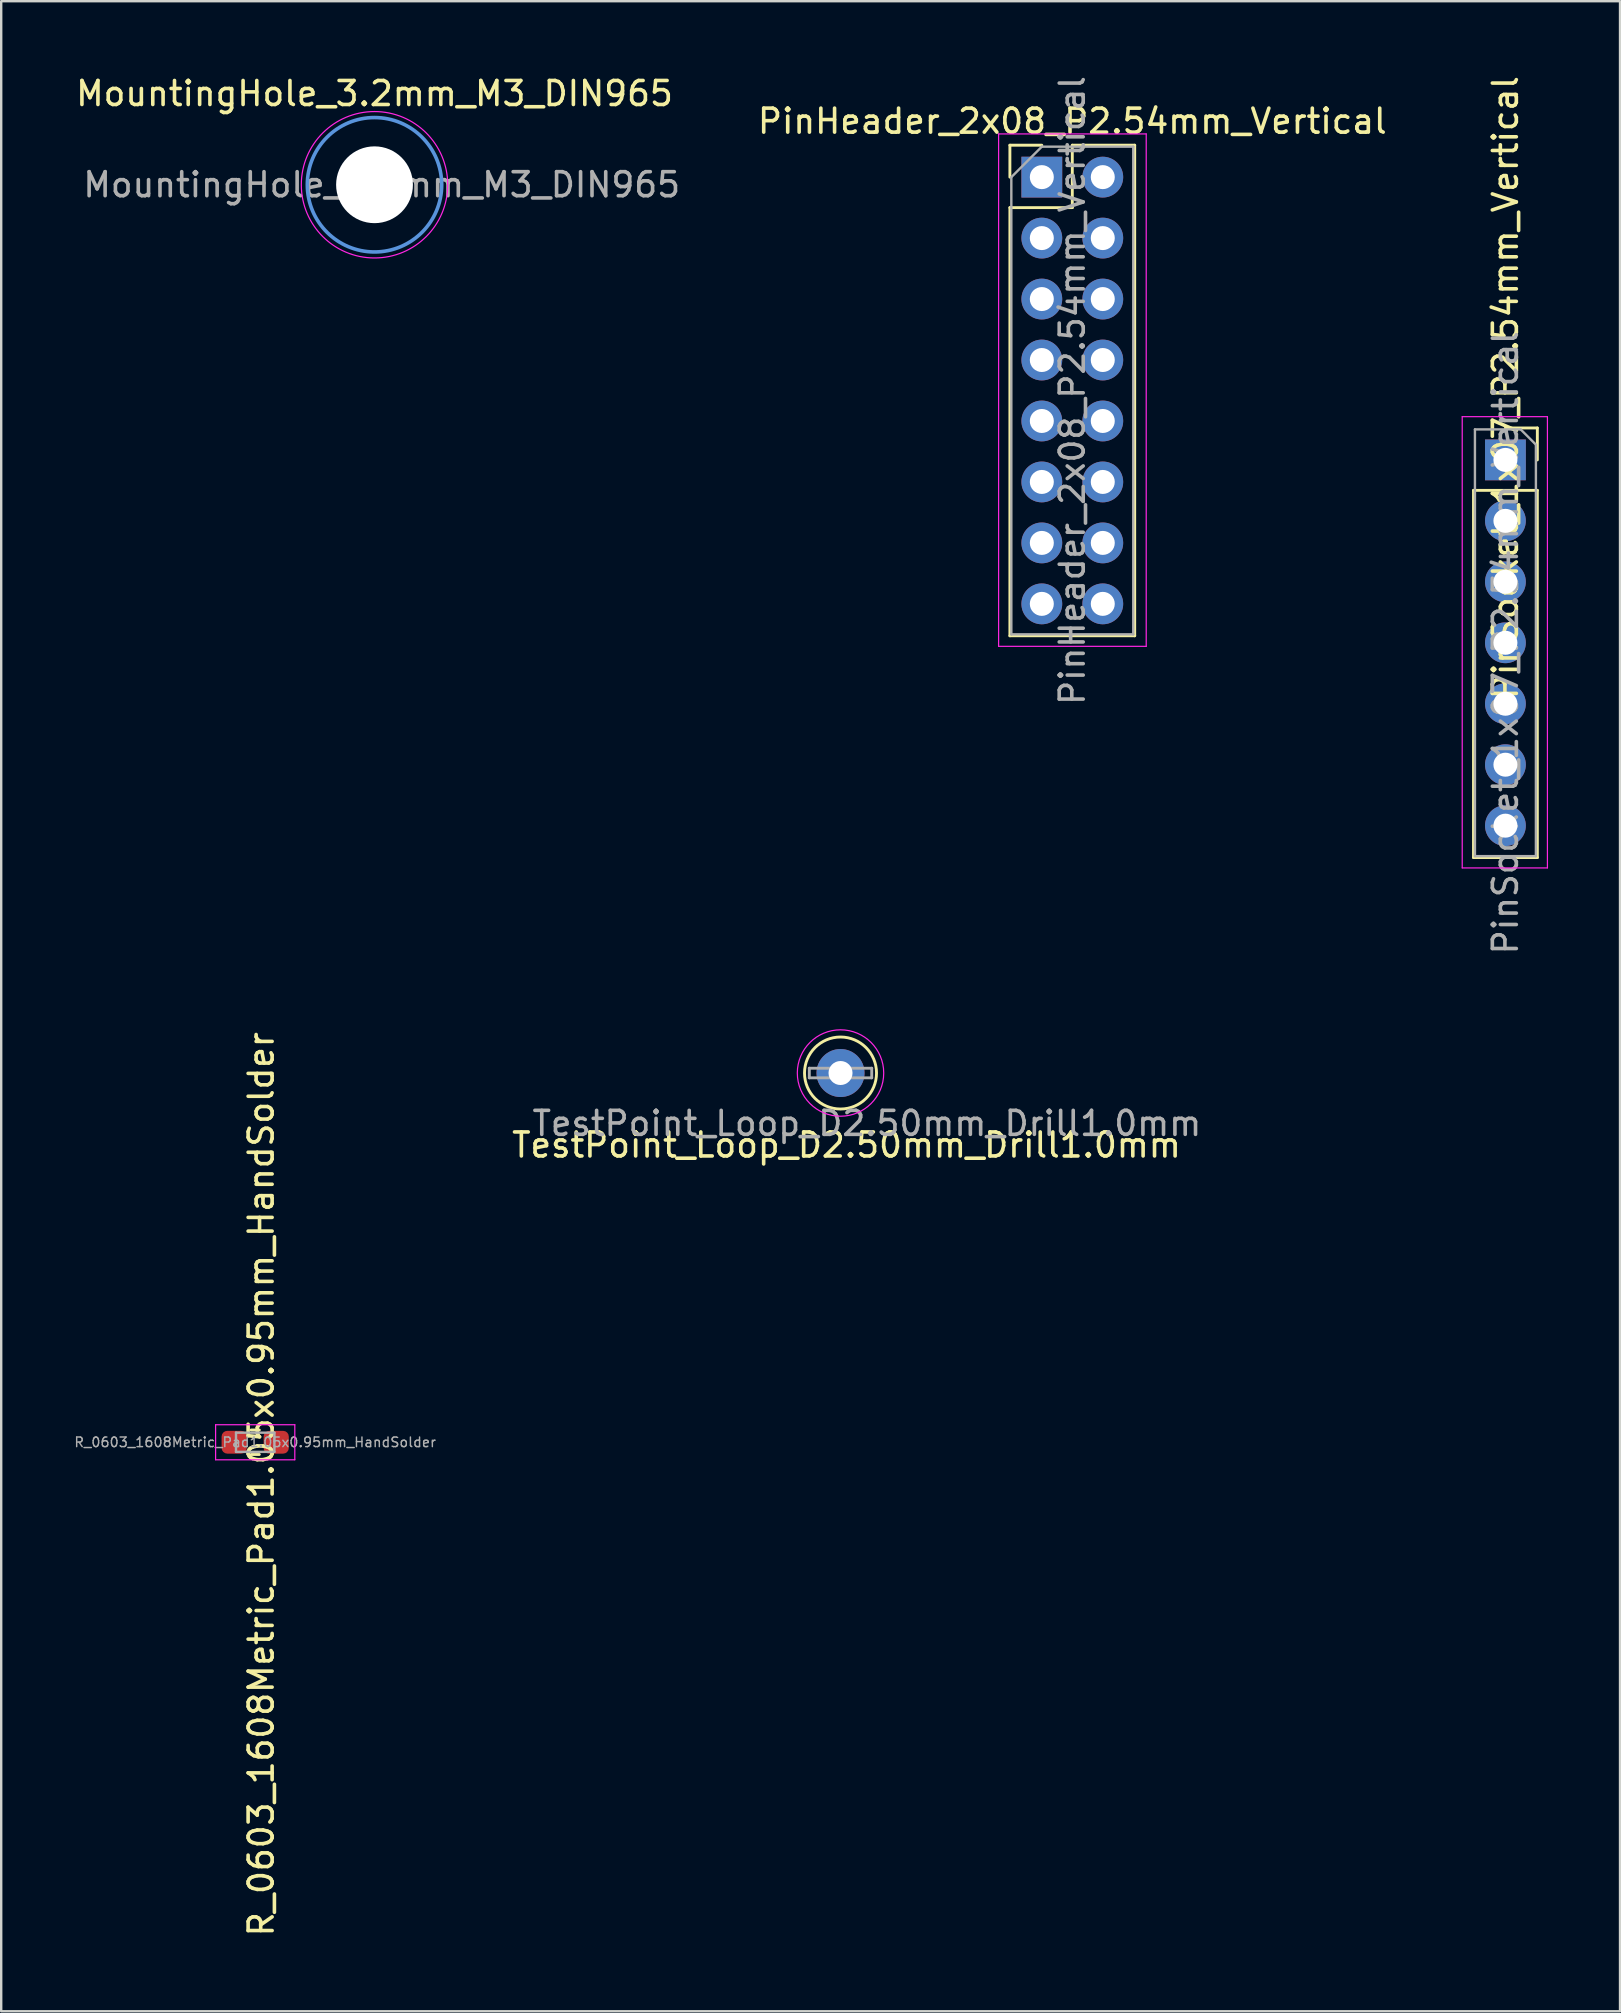
<source format=kicad_pcb>
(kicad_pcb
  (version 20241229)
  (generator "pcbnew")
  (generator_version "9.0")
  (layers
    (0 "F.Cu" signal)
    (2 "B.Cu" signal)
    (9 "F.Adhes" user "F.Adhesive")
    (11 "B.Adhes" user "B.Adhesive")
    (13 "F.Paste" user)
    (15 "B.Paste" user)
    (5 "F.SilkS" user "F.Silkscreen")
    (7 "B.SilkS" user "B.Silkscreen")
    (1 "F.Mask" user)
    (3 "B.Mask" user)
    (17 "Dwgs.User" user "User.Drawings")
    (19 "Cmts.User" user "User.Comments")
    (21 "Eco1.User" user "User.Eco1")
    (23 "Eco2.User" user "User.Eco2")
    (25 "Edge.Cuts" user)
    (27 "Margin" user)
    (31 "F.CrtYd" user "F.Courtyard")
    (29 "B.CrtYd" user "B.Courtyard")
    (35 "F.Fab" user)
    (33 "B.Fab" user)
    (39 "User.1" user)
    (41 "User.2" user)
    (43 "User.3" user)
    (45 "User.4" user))
  (footprint "TestPoint_Loop_D2.50mm_Drill1.0mm"
    (layer "F.Cu")
    (at 31.97 41.657)
    (property "Reference" "TestPoint_Loop_D2.50mm_Drill1.0mm" (at 0.25 3 0) (layer "F.SilkS") (effects (font (size 1 1) (thickness 0.15))))
    (attr through_hole)
    (fp_circle (center 0 0) (end 1.5 0) (stroke (width 0.12) (type solid)) (fill no) (layer "F.SilkS"))
    (fp_circle (center 0 0) (end 1.8 0) (stroke (width 0.05) (type solid)) (fill no) (layer "F.CrtYd"))
    (fp_line (start -1.3 -0.2) (end -1.3 0.2) (stroke (width 0.12) (type solid)) (layer "F.Fab"))
    (fp_line (start -1.3 0.2) (end 1.3 0.2) (stroke (width 0.12) (type solid)) (layer "F.Fab"))
    (fp_line (start 1.3 -0.2) (end -1.3 -0.2) (stroke (width 0.12) (type solid)) (layer "F.Fab"))
    (fp_line (start 1.3 0.2) (end 1.3 -0.2) (stroke (width 0.12) (type solid)) (layer "F.Fab"))
    (fp_text user "${REFERENCE}" (at 1.1 2.1 0) (layer "F.Fab") (effects (font (size 1 1) (thickness 0.15))))
    (pad "1" thru_hole circle (at 0 0) (size 2 2) (drill 1) (layers "*.Cu" "*.Mask")))
  (footprint "PinSocket_1x07_P2.54mm_Vertical"
    (layer "F.Cu")
    (at 59.673 16.111)
    (property "Reference" "PinSocket_1x07_P2.54mm_Vertical" (at 0 -3.01 90) (layer "F.SilkS") (effects (font (size 1 1) (thickness 0.15))))
    (attr through_hole)
    (fp_line (start -1.33 1.27) (end -1.33 16.57) (stroke (width 0.12) (type solid)) (layer "F.SilkS"))
    (fp_line (start -1.33 1.27) (end 1.33 1.27) (stroke (width 0.12) (type solid)) (layer "F.SilkS"))
    (fp_line (start -1.33 16.57) (end 1.33 16.57) (stroke (width 0.12) (type solid)) (layer "F.SilkS"))
    (fp_line (start 0 -1.33) (end 1.33 -1.33) (stroke (width 0.12) (type solid)) (layer "F.SilkS"))
    (fp_line (start 1.33 -1.33) (end 1.33 0) (stroke (width 0.12) (type solid)) (layer "F.SilkS"))
    (fp_line (start 1.33 1.27) (end 1.33 16.57) (stroke (width 0.12) (type solid)) (layer "F.SilkS"))
    (fp_line (start -1.8 -1.8) (end 1.75 -1.8) (stroke (width 0.05) (type solid)) (layer "F.CrtYd"))
    (fp_line (start -1.8 17) (end -1.8 -1.8) (stroke (width 0.05) (type solid)) (layer "F.CrtYd"))
    (fp_line (start 1.75 -1.8) (end 1.75 17) (stroke (width 0.05) (type solid)) (layer "F.CrtYd"))
    (fp_line (start 1.75 17) (end -1.8 17) (stroke (width 0.05) (type solid)) (layer "F.CrtYd"))
    (fp_line (start -1.27 -1.27) (end 0.635 -1.27) (stroke (width 0.1) (type solid)) (layer "F.Fab"))
    (fp_line (start -1.27 16.51) (end -1.27 -1.27) (stroke (width 0.1) (type solid)) (layer "F.Fab"))
    (fp_line (start 0.635 -1.27) (end 1.27 -0.635) (stroke (width 0.1) (type solid)) (layer "F.Fab"))
    (fp_line (start 1.27 -0.635) (end 1.27 16.51) (stroke (width 0.1) (type solid)) (layer "F.Fab"))
    (fp_line (start 1.27 16.51) (end -1.27 16.51) (stroke (width 0.1) (type solid)) (layer "F.Fab"))
    (fp_text user "${REFERENCE}" (at 0 7.62 90) (layer "F.Fab") (effects (font (size 1 1) (thickness 0.15))))
    (pad "1" thru_hole rect (at 0 0) (size 1.7 1.7) (drill 1) (layers "*.Cu" "*.Mask"))
    (pad "2" thru_hole oval (at 0 2.54) (size 1.7 1.7) (drill 1) (layers "*.Cu" "*.Mask"))
    (pad "3" thru_hole oval (at 0 5.08) (size 1.7 1.7) (drill 1) (layers "*.Cu" "*.Mask"))
    (pad "4" thru_hole oval (at 0 7.62) (size 1.7 1.7) (drill 1) (layers "*.Cu" "*.Mask"))
    (pad "5" thru_hole oval (at 0 10.16) (size 1.7 1.7) (drill 1) (layers "*.Cu" "*.Mask"))
    (pad "6" thru_hole oval (at 0 12.7) (size 1.7 1.7) (drill 1) (layers "*.Cu" "*.Mask"))
    (pad "7" thru_hole oval (at 0 15.24) (size 1.7 1.7) (drill 1) (layers "*.Cu" "*.Mask")))
  (footprint "PinHeader_2x08_P2.54mm_Vertical"
    (layer "F.Cu")
    (at 40.357 4.33)
    (property "Reference" "PinHeader_2x08_P2.54mm_Vertical" (at 1.27 -2.33 0) (layer "F.SilkS") (effects (font (size 1 1) (thickness 0.15))))
    (attr through_hole)
    (fp_line (start -1.33 -1.33) (end 0 -1.33) (stroke (width 0.12) (type solid)) (layer "F.SilkS"))
    (fp_line (start -1.33 0) (end -1.33 -1.33) (stroke (width 0.12) (type solid)) (layer "F.SilkS"))
    (fp_line (start -1.33 1.27) (end -1.33 19.11) (stroke (width 0.12) (type solid)) (layer "F.SilkS"))
    (fp_line (start -1.33 1.27) (end 1.27 1.27) (stroke (width 0.12) (type solid)) (layer "F.SilkS"))
    (fp_line (start -1.33 19.11) (end 3.87 19.11) (stroke (width 0.12) (type solid)) (layer "F.SilkS"))
    (fp_line (start 1.27 -1.33) (end 3.87 -1.33) (stroke (width 0.12) (type solid)) (layer "F.SilkS"))
    (fp_line (start 1.27 1.27) (end 1.27 -1.33) (stroke (width 0.12) (type solid)) (layer "F.SilkS"))
    (fp_line (start 3.87 -1.33) (end 3.87 19.11) (stroke (width 0.12) (type solid)) (layer "F.SilkS"))
    (fp_line (start -1.8 -1.8) (end -1.8 19.55) (stroke (width 0.05) (type solid)) (layer "F.CrtYd"))
    (fp_line (start -1.8 19.55) (end 4.35 19.55) (stroke (width 0.05) (type solid)) (layer "F.CrtYd"))
    (fp_line (start 4.35 -1.8) (end -1.8 -1.8) (stroke (width 0.05) (type solid)) (layer "F.CrtYd"))
    (fp_line (start 4.35 19.55) (end 4.35 -1.8) (stroke (width 0.05) (type solid)) (layer "F.CrtYd"))
    (fp_line (start -1.27 0) (end 0 -1.27) (stroke (width 0.1) (type solid)) (layer "F.Fab"))
    (fp_line (start -1.27 19.05) (end -1.27 0) (stroke (width 0.1) (type solid)) (layer "F.Fab"))
    (fp_line (start 0 -1.27) (end 3.81 -1.27) (stroke (width 0.1) (type solid)) (layer "F.Fab"))
    (fp_line (start 3.81 -1.27) (end 3.81 19.05) (stroke (width 0.1) (type solid)) (layer "F.Fab"))
    (fp_line (start 3.81 19.05) (end -1.27 19.05) (stroke (width 0.1) (type solid)) (layer "F.Fab"))
    (fp_text user "${REFERENCE}" (at 1.27 8.89 90) (layer "F.Fab") (effects (font (size 1 1) (thickness 0.15))))
    (pad "1" thru_hole rect (at 0 0) (size 1.7 1.7) (drill 1) (layers "*.Cu" "*.Mask"))
    (pad "2" thru_hole oval (at 2.54 0) (size 1.7 1.7) (drill 1) (layers "*.Cu" "*.Mask"))
    (pad "3" thru_hole oval (at 0 2.54) (size 1.7 1.7) (drill 1) (layers "*.Cu" "*.Mask"))
    (pad "4" thru_hole oval (at 2.54 2.54) (size 1.7 1.7) (drill 1) (layers "*.Cu" "*.Mask"))
    (pad "5" thru_hole oval (at 0 5.08) (size 1.7 1.7) (drill 1) (layers "*.Cu" "*.Mask"))
    (pad "6" thru_hole oval (at 2.54 5.08) (size 1.7 1.7) (drill 1) (layers "*.Cu" "*.Mask"))
    (pad "7" thru_hole oval (at 0 7.62) (size 1.7 1.7) (drill 1) (layers "*.Cu" "*.Mask"))
    (pad "8" thru_hole oval (at 2.54 7.62) (size 1.7 1.7) (drill 1) (layers "*.Cu" "*.Mask"))
    (pad "9" thru_hole oval (at 0 10.16) (size 1.7 1.7) (drill 1) (layers "*.Cu" "*.Mask"))
    (pad "10" thru_hole oval (at 2.54 10.16) (size 1.7 1.7) (drill 1) (layers "*.Cu" "*.Mask"))
    (pad "11" thru_hole oval (at 0 12.7) (size 1.7 1.7) (drill 1) (layers "*.Cu" "*.Mask"))
    (pad "12" thru_hole oval (at 2.54 12.7) (size 1.7 1.7) (drill 1) (layers "*.Cu" "*.Mask"))
    (pad "13" thru_hole oval (at 0 15.24) (size 1.7 1.7) (drill 1) (layers "*.Cu" "*.Mask"))
    (pad "14" thru_hole oval (at 2.54 15.24) (size 1.7 1.7) (drill 1) (layers "*.Cu" "*.Mask"))
    (pad "15" thru_hole oval (at 0 17.78) (size 1.7 1.7) (drill 1) (layers "*.Cu" "*.Mask"))
    (pad "16" thru_hole oval (at 2.54 17.78) (size 1.7 1.7) (drill 1) (layers "*.Cu" "*.Mask")))
  (footprint "MountingHole_3.2mm_M3_DIN965"
    (layer "F.Cu")
    (at 12.554 4.648)
    (property "Reference" "MountingHole_3.2mm_M3_DIN965" (at 0 -3.8 0) (layer "F.SilkS") (effects (font (size 1 1) (thickness 0.15))))
    (attr exclude_from_pos_files exclude_from_bom)
    (fp_circle (center 0 0) (end 2.8 0) (stroke (width 0.15) (type solid)) (fill no) (layer "Cmts.User"))
    (fp_circle (center 0 0) (end 3.05 0) (stroke (width 0.05) (type solid)) (fill no) (layer "F.CrtYd"))
    (fp_text user "${REFERENCE}" (at 0.3 0 0) (layer "F.Fab") (effects (font (size 1 1) (thickness 0.15))))
    (pad "" np_thru_hole circle (at 0 0) (size 3.2 3.2) (drill 3.2) (layers "*.Cu" "*.Mask")))
  (footprint "R_0603_1608Metric_Pad1.05x0.95mm_HandSolder"
    (layer "F.Cu")
    (at 7.583 57.041)
    (property "Reference" "R_0603_1608Metric_Pad1.05x0.95mm_HandSolder" (at 0.25 1.75 90) (layer "F.SilkS") (effects (font (size 1 1) (thickness 0.15))))
    (attr smd)
    (fp_line (start -0.171 -0.51) (end 0.171 -0.51) (stroke (width 0.12) (type solid)) (layer "F.SilkS"))
    (fp_line (start -0.171 0.51) (end 0.171 0.51) (stroke (width 0.12) (type solid)) (layer "F.SilkS"))
    (fp_line (start -1.65 -0.73) (end 1.65 -0.73) (stroke (width 0.05) (type solid)) (layer "F.CrtYd"))
    (fp_line (start -1.65 0.73) (end -1.65 -0.73) (stroke (width 0.05) (type solid)) (layer "F.CrtYd"))
    (fp_line (start 1.65 -0.73) (end 1.65 0.73) (stroke (width 0.05) (type solid)) (layer "F.CrtYd"))
    (fp_line (start 1.65 0.73) (end -1.65 0.73) (stroke (width 0.05) (type solid)) (layer "F.CrtYd"))
    (fp_line (start -0.8 -0.4) (end 0.8 -0.4) (stroke (width 0.1) (type solid)) (layer "F.Fab"))
    (fp_line (start -0.8 0.4) (end -0.8 -0.4) (stroke (width 0.1) (type solid)) (layer "F.Fab"))
    (fp_line (start 0.8 -0.4) (end 0.8 0.4) (stroke (width 0.1) (type solid)) (layer "F.Fab"))
    (fp_line (start 0.8 0.4) (end -0.8 0.4) (stroke (width 0.1) (type solid)) (layer "F.Fab"))
    (fp_text user "${REFERENCE}" (at 0 0 0) (layer "F.Fab") (effects (font (size 0.4 0.4) (thickness 0.06))))
    (pad "1" smd roundrect (at -0.875 0) (size 1.05 0.95) (layers "F.Cu" "F.Mask" "F.Paste") (roundrect_rratio 0.25))
    (pad "2" smd roundrect (at 0.875 0) (size 1.05 0.95) (layers "F.Cu" "F.Mask" "F.Paste") (roundrect_rratio 0.25)))
  (gr_rect
    (start -3 -3)
    (end 64.448 80.749)
    (stroke (width 0.1) (type default))
    (fill no)
    (layer "Edge.Cuts")))
</source>
